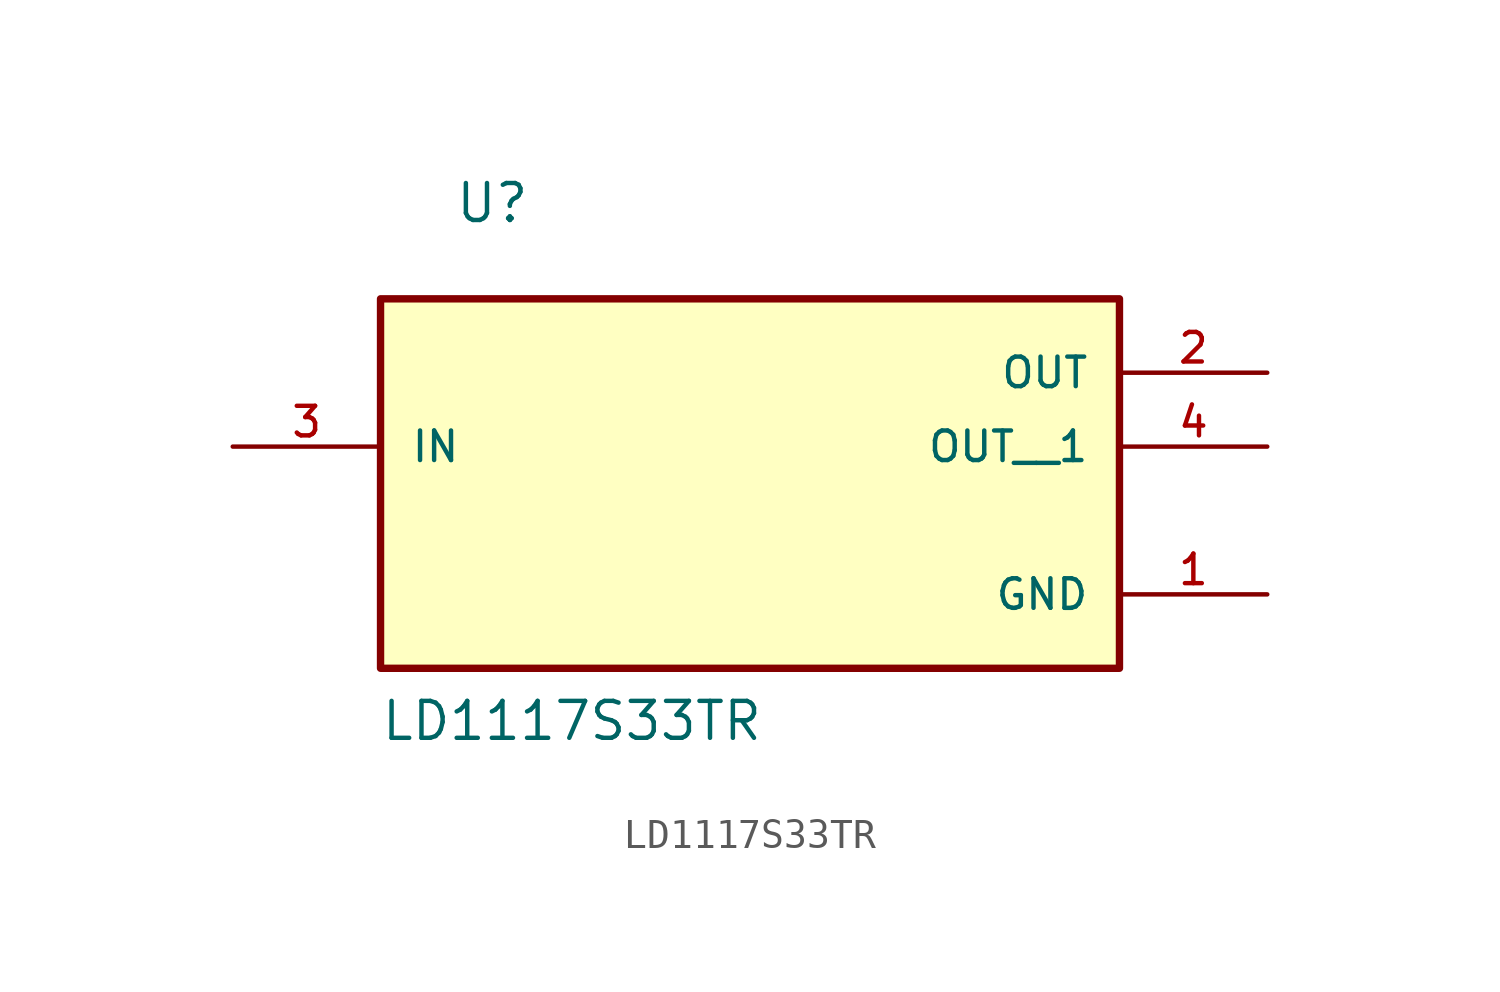
<source format=kicad_sym>
(kicad_symbol_lib
  (version 20211014)
  (generator kicad_symbol_editor)
  (symbol "LD1117S33TR"
    (pin_names
      (offset 1.016))
    (property "Reference" "U"
      (at -10.169 7.627 0)
      (effects (font (size 1.27 1.27)) (justify bottom left)))
    (property "Value" "LD1117S33TR"
      (at -12.723 -10.174 0)
      (effects (font (size 1.27 1.27)) (justify bottom left)))
    (symbol "LD1117S33TR_0_0"
      (rectangle (start -12.7 -7.62) (end 12.7 5.08) (stroke (width 0.254)) (fill (type background)))
      (pin input line (at -17.78 0.0 0) (length 5.08) (name "IN" (effects (font (size 1.016 1.016)))) (number "3" (effects (font (size 1.016 1.016)))))
      (pin output line (at 17.78 2.54 180.0) (length 5.08) (name "OUT" (effects (font (size 1.016 1.016)))) (number "2" (effects (font (size 1.016 1.016)))))
      (pin power_in line (at 17.78 -5.08 180.0) (length 5.08) (name "GND" (effects (font (size 1.016 1.016)))) (number "1" (effects (font (size 1.016 1.016)))))
      (pin output line (at 17.78 0.0 180.0) (length 5.08) (name "OUT__1" (effects (font (size 1.016 1.016)))) (number "4" (effects (font (size 1.016 1.016))))))))
</source>
